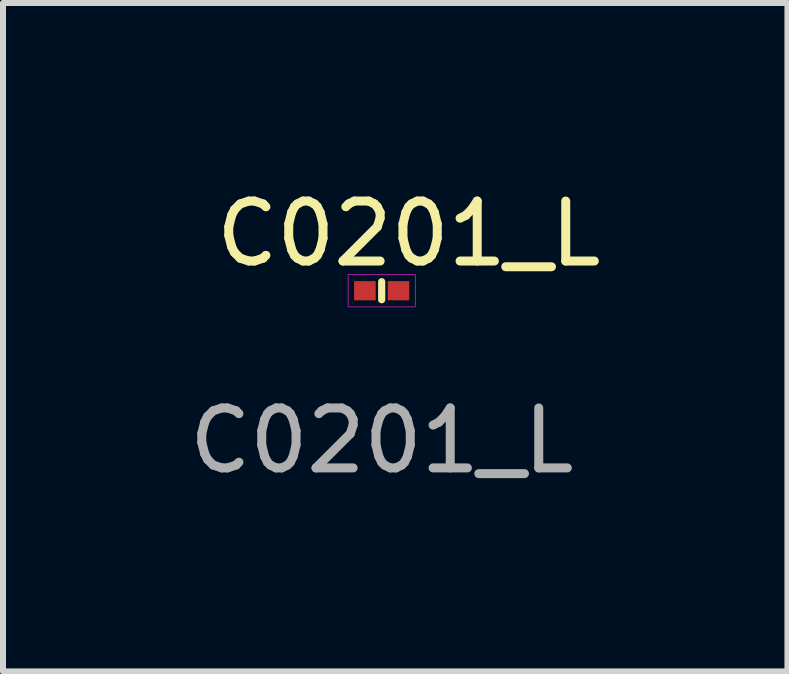
<source format=kicad_pcb>
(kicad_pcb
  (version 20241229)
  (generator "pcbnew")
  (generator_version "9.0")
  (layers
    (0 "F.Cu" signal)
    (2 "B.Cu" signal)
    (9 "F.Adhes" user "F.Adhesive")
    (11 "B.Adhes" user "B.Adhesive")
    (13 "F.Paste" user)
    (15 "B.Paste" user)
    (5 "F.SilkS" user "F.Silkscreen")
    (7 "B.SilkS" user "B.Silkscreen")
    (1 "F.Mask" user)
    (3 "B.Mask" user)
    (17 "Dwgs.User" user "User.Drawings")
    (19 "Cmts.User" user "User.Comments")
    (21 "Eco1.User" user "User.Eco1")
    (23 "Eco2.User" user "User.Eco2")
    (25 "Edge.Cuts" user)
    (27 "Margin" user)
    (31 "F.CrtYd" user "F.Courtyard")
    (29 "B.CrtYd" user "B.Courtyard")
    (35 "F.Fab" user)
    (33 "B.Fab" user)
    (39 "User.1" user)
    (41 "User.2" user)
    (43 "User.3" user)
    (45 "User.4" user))
  (footprint "C0201_L"
    (layer "F.Cu")
    (at 3.315 1.798)
    (property "Reference" "C0201_L" (at 0.45 -0.95 0) (unlocked yes) (layer "F.SilkS") (effects (font (size 1 1) (thickness 0.15))))
    (fp_line (start 0 -0.15) (end 0 0.15) (stroke (width 0.12) (type solid)) (layer "F.SilkS"))
    (fp_rect (start -0.56 -0.27) (end 0.56 0.27) (stroke (width 0.01) (type solid)) (fill no) (layer "F.CrtYd"))
    (fp_text user "${REFERENCE}" (at 0 2.5 0) (unlocked yes) (layer "F.Fab") (effects (font (size 1 1) (thickness 0.15))))
    (pad "1" smd rect (at -0.28 0) (size 0.36 0.32) (layers "F.Cu" "F.Mask" "F.Paste"))
    (pad "2" smd rect (at 0.28 0) (size 0.36 0.32) (layers "F.Cu" "F.Mask" "F.Paste")))
  (gr_rect
    (start -3 -3)
    (end 10.081 8.146)
    (stroke (width 0.1) (type default))
    (fill no)
    (layer "Edge.Cuts")))
</source>
